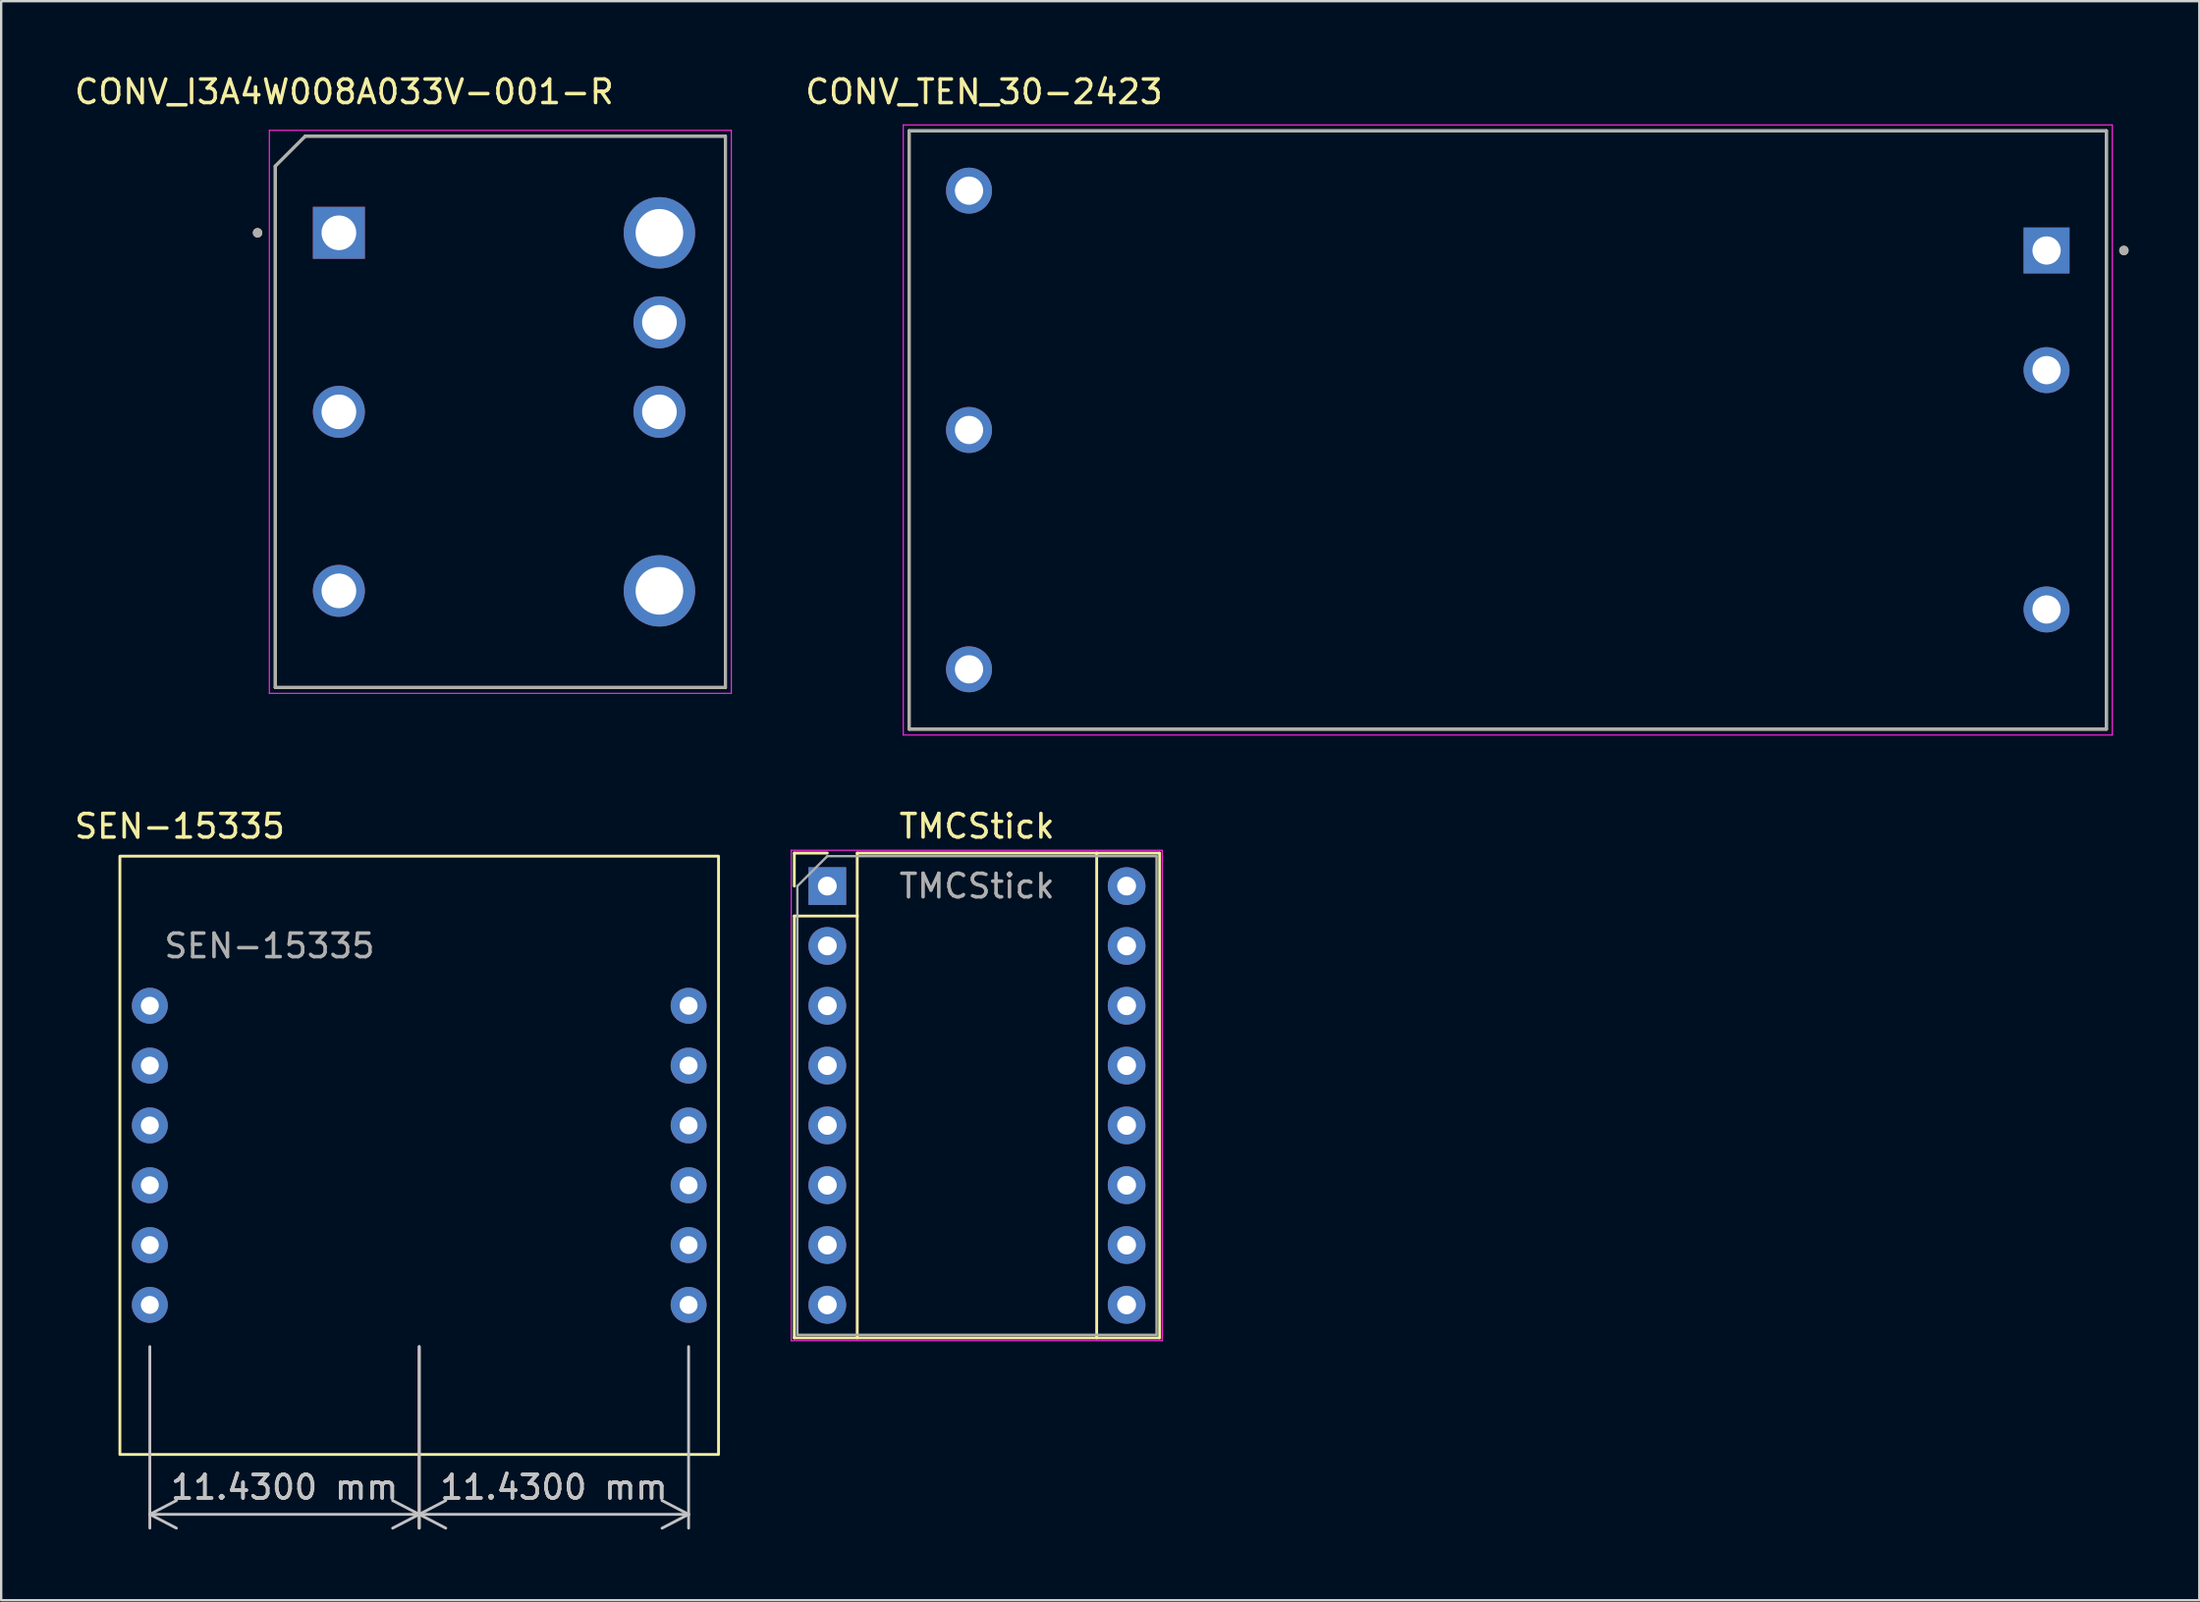
<source format=kicad_pcb>
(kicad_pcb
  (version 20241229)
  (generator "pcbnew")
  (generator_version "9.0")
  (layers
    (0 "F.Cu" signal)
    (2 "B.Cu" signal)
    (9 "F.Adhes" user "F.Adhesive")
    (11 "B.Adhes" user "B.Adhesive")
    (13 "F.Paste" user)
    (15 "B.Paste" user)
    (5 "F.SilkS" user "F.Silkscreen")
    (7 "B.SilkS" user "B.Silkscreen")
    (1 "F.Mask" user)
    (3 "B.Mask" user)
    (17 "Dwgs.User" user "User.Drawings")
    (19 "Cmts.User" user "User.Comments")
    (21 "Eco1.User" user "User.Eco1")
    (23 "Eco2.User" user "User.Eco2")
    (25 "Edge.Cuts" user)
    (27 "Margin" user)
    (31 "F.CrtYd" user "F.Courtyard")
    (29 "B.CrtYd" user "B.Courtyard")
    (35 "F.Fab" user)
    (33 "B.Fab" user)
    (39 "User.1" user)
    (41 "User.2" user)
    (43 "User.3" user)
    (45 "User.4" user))
  (footprint "SEN-15335"
    (layer "F.Cu")
    (at 14.737 45.996)
    (property "Reference" "SEN-15335" (at -10.16 -13.97 0) (unlocked yes) (layer "F.SilkS") (effects (font (size 1 1) (thickness 0.15))))
    (attr through_hole)
    (fp_rect (start -12.7 -12.7) (end 12.7 12.7) (stroke (width 0.12) (type default)) (fill no) (layer "F.SilkS"))
    (fp_text user "${REFERENCE}" (at -6.35 -8.89 0) (unlocked yes) (layer "F.Fab") (effects (font (size 1 1) (thickness 0.15))))
    (dimension (type aligned) (layer "Dwgs.User") (pts (xy 3.307 53.617) (xy 14.737 53.617)) (height 7.62) (format (prefix "") (suffix "") (units 3) (units_format 1) (precision 4)) (style (thickness 0.12) (arrow_length 1.27) (text_position_mode 0) (arrow_direction outward) (extension_height 0.586) (extension_offset 0.5) (keep_text_aligned yes)) (gr_text "11.4300 mm" (at 9.022 60.087 360) (layer "Dwgs.User") (effects (font (size 1 1) (thickness 0.15)))))
    (dimension (type aligned) (layer "Dwgs.User") (pts (xy 14.737 53.617) (xy 26.167 53.617)) (height 7.62) (format (prefix "") (suffix "") (units 3) (units_format 1) (precision 4)) (style (thickness 0.12) (arrow_length 1.27) (text_position_mode 0) (arrow_direction outward) (extension_height 0.586) (extension_offset 0.5) (keep_text_aligned yes)) (gr_text "11.4300 mm" (at 20.452 60.087 360) (layer "Dwgs.User") (effects (font (size 1 1) (thickness 0.15)))))
    (pad "1" thru_hole circle (at -11.43 -3.81) (size 1.524 1.524) (drill 0.762) (layers "*.Cu" "*.Mask"))
    (pad "2" thru_hole circle (at 11.43 6.35) (size 1.524 1.524) (drill 0.762) (layers "*.Cu" "*.Mask"))
    (pad "3" thru_hole circle (at -11.43 -1.27) (size 1.524 1.524) (drill 0.762) (layers "*.Cu" "*.Mask"))
    (pad "4" thru_hole circle (at -11.43 1.27) (size 1.524 1.524) (drill 0.762) (layers "*.Cu" "*.Mask"))
    (pad "5" thru_hole circle (at -11.43 3.81) (size 1.524 1.524) (drill 0.762) (layers "*.Cu" "*.Mask"))
    (pad "6" thru_hole circle (at -11.43 6.35) (size 1.524 1.524) (drill 0.762) (layers "*.Cu" "*.Mask"))
    (pad "7" thru_hole circle (at 11.43 3.81) (size 1.524 1.524) (drill 0.762) (layers "*.Cu" "*.Mask"))
    (pad "8" thru_hole circle (at 11.43 1.27) (size 1.524 1.524) (drill 0.762) (layers "*.Cu" "*.Mask"))
    (pad "9" thru_hole circle (at 11.43 -1.27) (size 1.524 1.524) (drill 0.762) (layers "*.Cu" "*.Mask"))
    (pad "10" thru_hole circle (at 11.43 -3.81) (size 1.524 1.524) (drill 0.762) (layers "*.Cu" "*.Mask"))
    (pad "11" thru_hole circle (at -11.43 -6.35) (size 1.524 1.524) (drill 0.762) (layers "*.Cu" "*.Mask"))
    (pad "12" thru_hole circle (at 11.43 -6.35) (size 1.524 1.524) (drill 0.762) (layers "*.Cu" "*.Mask")))
  (footprint "TMCStick"
    (layer "F.Cu")
    (at 32.052 34.566)
    (property "Reference" "TMCStick" (at 6.35 -2.54 0) (layer "F.SilkS") (effects (font (size 1 1) (thickness 0.15))))
    (attr through_hole)
    (fp_line (start -1.4 -1.4) (end -1.4 0) (stroke (width 0.12) (type solid)) (layer "F.SilkS"))
    (fp_line (start -1.4 1.27) (end -1.4 19.18) (stroke (width 0.12) (type solid)) (layer "F.SilkS"))
    (fp_line (start -1.4 19.18) (end 14.1 19.18) (stroke (width 0.12) (type solid)) (layer "F.SilkS"))
    (fp_line (start 0 -1.4) (end -1.4 -1.4) (stroke (width 0.12) (type solid)) (layer "F.SilkS"))
    (fp_line (start 1.27 -1.4) (end 1.27 1.27) (stroke (width 0.12) (type solid)) (layer "F.SilkS"))
    (fp_line (start 1.27 1.27) (end -1.4 1.27) (stroke (width 0.12) (type solid)) (layer "F.SilkS"))
    (fp_line (start 1.27 1.27) (end 1.27 19.18) (stroke (width 0.12) (type solid)) (layer "F.SilkS"))
    (fp_line (start 11.43 -1.4) (end 11.43 19.18) (stroke (width 0.12) (type solid)) (layer "F.SilkS"))
    (fp_line (start 14.1 -1.4) (end 1.27 -1.4) (stroke (width 0.12) (type solid)) (layer "F.SilkS"))
    (fp_line (start 14.1 19.18) (end 14.1 -1.4) (stroke (width 0.12) (type solid)) (layer "F.SilkS"))
    (fp_line (start -1.53 -1.52) (end -1.53 19.3) (stroke (width 0.05) (type solid)) (layer "F.CrtYd"))
    (fp_line (start -1.53 -1.52) (end 14.21 -1.52) (stroke (width 0.05) (type solid)) (layer "F.CrtYd"))
    (fp_line (start 14.21 19.3) (end -1.53 19.3) (stroke (width 0.05) (type solid)) (layer "F.CrtYd"))
    (fp_line (start 14.21 19.3) (end 14.21 -1.52) (stroke (width 0.05) (type solid)) (layer "F.CrtYd"))
    (fp_line (start -1.27 0) (end 0 -1.27) (stroke (width 0.1) (type solid)) (layer "F.Fab"))
    (fp_line (start -1.27 19.05) (end -1.27 0) (stroke (width 0.1) (type solid)) (layer "F.Fab"))
    (fp_line (start 0 -1.27) (end 13.97 -1.27) (stroke (width 0.1) (type solid)) (layer "F.Fab"))
    (fp_line (start 13.97 -1.27) (end 13.97 19.05) (stroke (width 0.1) (type solid)) (layer "F.Fab"))
    (fp_line (start 13.97 19.05) (end -1.27 19.05) (stroke (width 0.1) (type solid)) (layer "F.Fab"))
    (fp_text user "${REFERENCE}" (at 6.35 0 0) (layer "F.Fab") (effects (font (size 1 1) (thickness 0.15))))
    (pad "1" thru_hole rect (at 0 0) (size 1.6 1.6) (drill 0.8) (layers "*.Cu" "*.Mask"))
    (pad "2" thru_hole oval (at 0 2.54) (size 1.6 1.6) (drill 0.8) (layers "*.Cu" "*.Mask"))
    (pad "3" thru_hole oval (at 0 5.08) (size 1.6 1.6) (drill 0.8) (layers "*.Cu" "*.Mask"))
    (pad "4" thru_hole oval (at 0 7.62) (size 1.6 1.6) (drill 0.8) (layers "*.Cu" "*.Mask"))
    (pad "5" thru_hole oval (at 0 10.16) (size 1.6 1.6) (drill 0.8) (layers "*.Cu" "*.Mask"))
    (pad "6" thru_hole oval (at 0 12.7) (size 1.6 1.6) (drill 0.8) (layers "*.Cu" "*.Mask"))
    (pad "7" thru_hole oval (at 0 15.24) (size 1.6 1.6) (drill 0.8) (layers "*.Cu" "*.Mask"))
    (pad "8" thru_hole oval (at 0 17.78) (size 1.6 1.6) (drill 0.8) (layers "*.Cu" "*.Mask"))
    (pad "9" thru_hole oval (at 12.7 17.78) (size 1.6 1.6) (drill 0.8) (layers "*.Cu" "*.Mask"))
    (pad "10" thru_hole oval (at 12.7 15.24) (size 1.6 1.6) (drill 0.8) (layers "*.Cu" "*.Mask"))
    (pad "11" thru_hole oval (at 12.7 12.7) (size 1.6 1.6) (drill 0.8) (layers "*.Cu" "*.Mask"))
    (pad "12" thru_hole oval (at 12.7 10.16) (size 1.6 1.6) (drill 0.8) (layers "*.Cu" "*.Mask"))
    (pad "13" thru_hole oval (at 12.7 7.62) (size 1.6 1.6) (drill 0.8) (layers "*.Cu" "*.Mask"))
    (pad "14" thru_hole oval (at 12.7 5.08) (size 1.6 1.6) (drill 0.8) (layers "*.Cu" "*.Mask"))
    (pad "15" thru_hole oval (at 12.7 2.54) (size 1.6 1.6) (drill 0.8) (layers "*.Cu" "*.Mask"))
    (pad "16" thru_hole oval (at 12.7 0) (size 1.6 1.6) (drill 0.8) (layers "*.Cu" "*.Mask")))
  (footprint "CONV_TEN_30-2423"
    (layer "F.Cu")
    (at 60.925 15.203)
    (property "Reference" "CONV_TEN_30-2423" (at -22.225 -14.355 0) (layer "F.SilkS") (effects (font (size 1 1) (thickness 0.15))))
    (attr through_hole)
    (fp_line (start -25.4 -12.7) (end 25.4 -12.7) (stroke (width 0.127) (type solid)) (layer "F.SilkS"))
    (fp_line (start -25.4 12.7) (end -25.4 -12.7) (stroke (width 0.127) (type solid)) (layer "F.SilkS"))
    (fp_line (start 25.4 -12.7) (end 25.4 12.7) (stroke (width 0.127) (type solid)) (layer "F.SilkS"))
    (fp_line (start 25.4 12.7) (end -25.4 12.7) (stroke (width 0.127) (type solid)) (layer "F.SilkS"))
    (fp_circle (center 26.141 -7.62) (end 26.241 -7.62) (stroke (width 0.2) (type solid)) (fill no) (layer "F.SilkS"))
    (fp_line (start -25.65 -12.95) (end -25.65 12.95) (stroke (width 0.05) (type solid)) (layer "F.CrtYd"))
    (fp_line (start -25.65 12.95) (end 25.65 12.95) (stroke (width 0.05) (type solid)) (layer "F.CrtYd"))
    (fp_line (start 25.65 -12.95) (end -25.65 -12.95) (stroke (width 0.05) (type solid)) (layer "F.CrtYd"))
    (fp_line (start 25.65 12.95) (end 25.65 -12.95) (stroke (width 0.05) (type solid)) (layer "F.CrtYd"))
    (fp_line (start -25.4 -12.7) (end 25.4 -12.7) (stroke (width 0.127) (type solid)) (layer "F.Fab"))
    (fp_line (start -25.4 12.7) (end -25.4 -12.7) (stroke (width 0.127) (type solid)) (layer "F.Fab"))
    (fp_line (start 25.4 -12.7) (end 25.4 12.7) (stroke (width 0.127) (type solid)) (layer "F.Fab"))
    (fp_line (start 25.4 12.7) (end -25.4 12.7) (stroke (width 0.127) (type solid)) (layer "F.Fab"))
    (fp_circle (center 26.141 -7.62) (end 26.241 -7.62) (stroke (width 0.2) (type solid)) (fill no) (layer "F.Fab"))
    (pad "1" thru_hole rect (at 22.86 -7.62) (size 1.95 1.95) (drill 1.2) (layers "*.Cu" "*.Mask"))
    (pad "2" thru_hole circle (at 22.86 -2.54) (size 1.95 1.95) (drill 1.2) (layers "*.Cu" "*.Mask"))
    (pad "3" thru_hole circle (at 22.86 7.62) (size 1.95 1.95) (drill 1.2) (layers "*.Cu" "*.Mask"))
    (pad "4" thru_hole circle (at -22.86 -10.16) (size 1.95 1.95) (drill 1.2) (layers "*.Cu" "*.Mask"))
    (pad "5" thru_hole circle (at -22.86 0) (size 1.95 1.95) (drill 1.2) (layers "*.Cu" "*.Mask"))
    (pad "6" thru_hole circle (at -22.86 10.16) (size 1.95 1.95) (drill 1.2) (layers "*.Cu" "*.Mask")))
  (footprint "CONV_I3A4W008A033V-001-R"
    (layer "F.Cu")
    (at 18.179 14.433)
    (property "Reference" "CONV_I3A4W008A033V-001-R" (at -6.625 -13.585 0) (layer "F.SilkS") (effects (font (size 1 1) (thickness 0.15))))
    (attr through_hole)
    (fp_line (start -9.55 -10.43) (end -8.28 -11.7) (stroke (width 0.127) (type solid)) (layer "F.SilkS"))
    (fp_line (start -9.55 11.7) (end -9.55 -10.43) (stroke (width 0.127) (type solid)) (layer "F.SilkS"))
    (fp_line (start -8.28 -11.7) (end 9.55 -11.7) (stroke (width 0.127) (type solid)) (layer "F.SilkS"))
    (fp_line (start 9.55 -11.7) (end 9.55 11.7) (stroke (width 0.127) (type solid)) (layer "F.SilkS"))
    (fp_line (start 9.55 11.7) (end -9.55 11.7) (stroke (width 0.127) (type solid)) (layer "F.SilkS"))
    (fp_circle (center -10.3 -7.6) (end -10.2 -7.6) (stroke (width 0.2) (type solid)) (fill no) (layer "F.SilkS"))
    (fp_line (start -9.8 -11.95) (end -9.8 11.95) (stroke (width 0.05) (type solid)) (layer "F.CrtYd"))
    (fp_line (start -9.8 11.95) (end 9.8 11.95) (stroke (width 0.05) (type solid)) (layer "F.CrtYd"))
    (fp_line (start 9.8 -11.95) (end -9.8 -11.95) (stroke (width 0.05) (type solid)) (layer "F.CrtYd"))
    (fp_line (start 9.8 11.95) (end 9.8 -11.95) (stroke (width 0.05) (type solid)) (layer "F.CrtYd"))
    (fp_line (start -9.55 -10.43) (end -8.28 -11.7) (stroke (width 0.127) (type solid)) (layer "F.Fab"))
    (fp_line (start -9.55 11.7) (end -9.55 -10.43) (stroke (width 0.127) (type solid)) (layer "F.Fab"))
    (fp_line (start -8.28 -11.7) (end 9.55 -11.7) (stroke (width 0.127) (type solid)) (layer "F.Fab"))
    (fp_line (start 9.55 -11.7) (end 9.55 11.7) (stroke (width 0.127) (type solid)) (layer "F.Fab"))
    (fp_line (start 9.55 11.7) (end -9.55 11.7) (stroke (width 0.127) (type solid)) (layer "F.Fab"))
    (fp_circle (center -10.3 -7.6) (end -10.2 -7.6) (stroke (width 0.2) (type solid)) (fill no) (layer "F.Fab"))
    (pad "1" thru_hole rect (at -6.85 -7.6) (size 2.205 2.205) (drill 1.47) (layers "*.Cu" "*.Mask"))
    (pad "2" thru_hole circle (at -6.85 0) (size 2.205 2.205) (drill 1.47) (layers "*.Cu" "*.Mask"))
    (pad "3" thru_hole circle (at -6.85 7.6) (size 2.205 2.205) (drill 1.47) (layers "*.Cu" "*.Mask"))
    (pad "4" thru_hole circle (at 6.75 7.6) (size 3.03 3.03) (drill 2.02) (layers "*.Cu" "*.Mask"))
    (pad "6" thru_hole circle (at 6.75 0) (size 2.205 2.205) (drill 1.47) (layers "*.Cu" "*.Mask"))
    (pad "7" thru_hole circle (at 6.75 -3.8) (size 2.205 2.205) (drill 1.47) (layers "*.Cu" "*.Mask"))
    (pad "8" thru_hole circle (at 6.75 -7.6) (size 3.03 3.03) (drill 2.02) (layers "*.Cu" "*.Mask")))
  (gr_rect
    (start -3 -3)
    (end 90.266 64.883)
    (stroke (width 0.1) (type default))
    (fill no)
    (layer "Edge.Cuts")))
</source>
